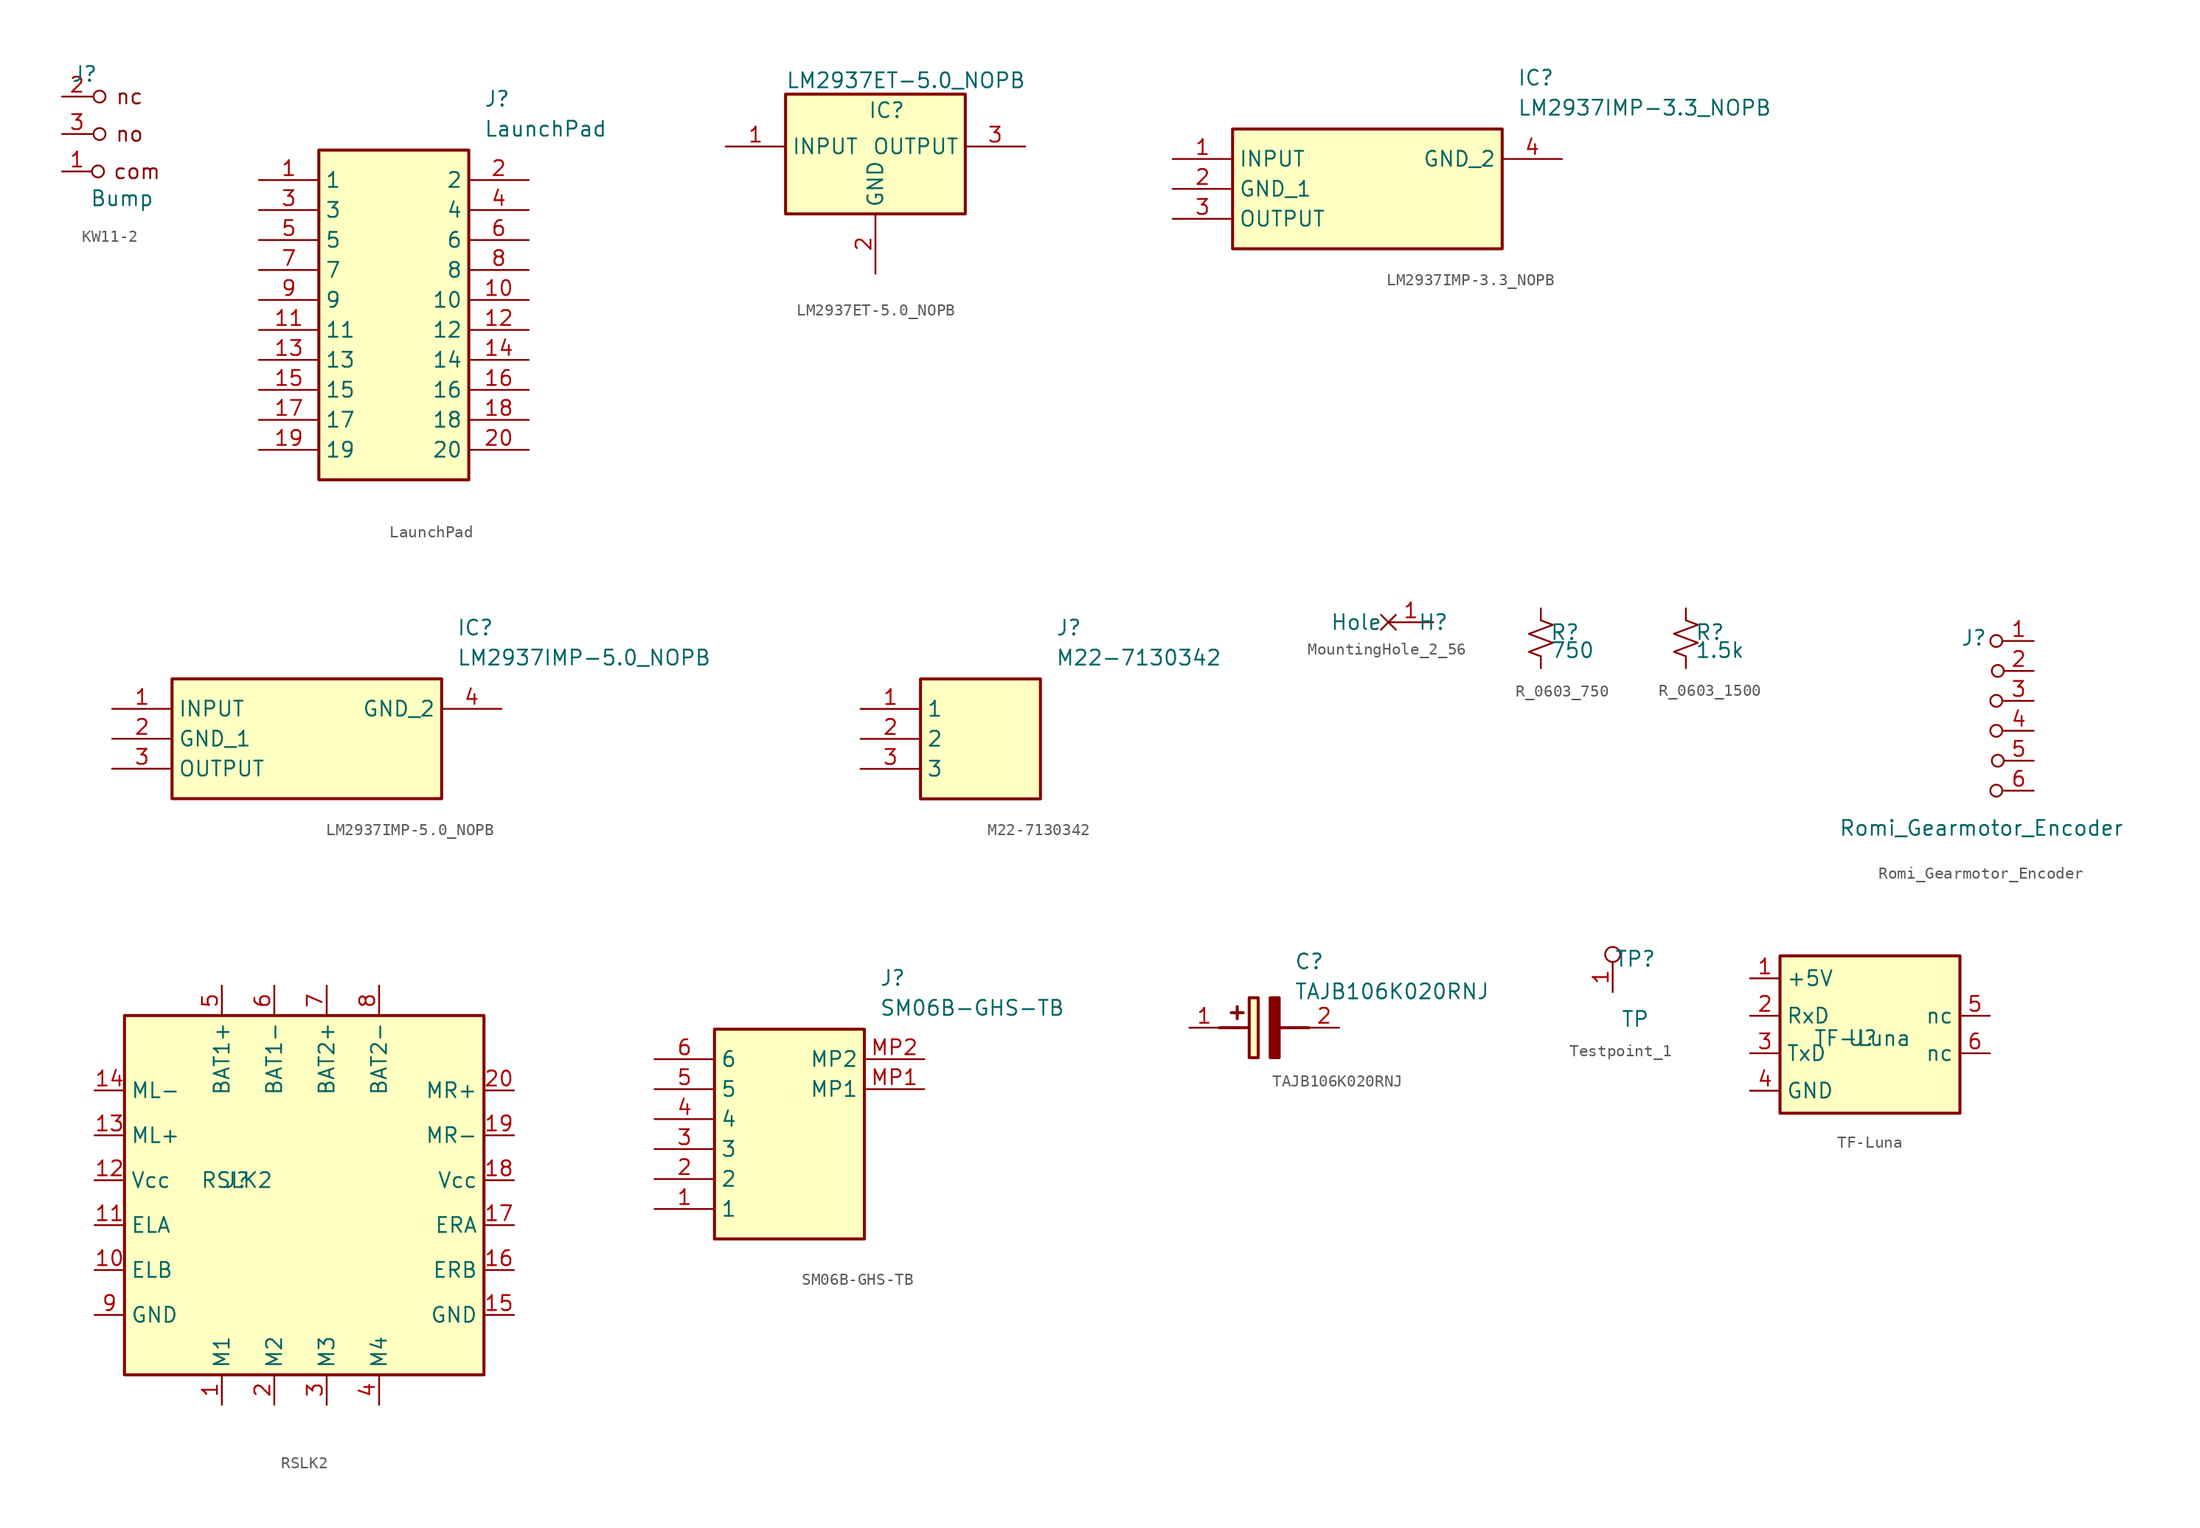
<source format=kicad_sym>
(kicad_symbol_lib
  (version 20220914)
  (generator kicad_symbol_editor)
  (symbol "KW11-2"
    (pin_names
      (offset 0) hide)
    (property "Reference" "J"
      (at -3.175 8.255 0)
      (effects (font (size 1.27 1.27))))
    (property "Value" "Bump"
      (at 0 -2.286 0)
      (effects (font (size 1.27 1.27))))
    (symbol "KW11-2_0_0"
      (circle (center -2.032 0) (radius 0.508) (stroke (width 0) (type default)) (fill (type none)))
      (circle (center -1.905 3.175) (radius 0.508) (stroke (width 0) (type default)) (fill (type none)))
      (circle (center -1.905 6.35) (radius 0.508) (stroke (width 0) (type default)) (fill (type none))))
    (symbol "KW11-2_1_1"
      (text "com" (at 1.27 0 0) (effects (font (size 1.27 1.27))))
      (text "nc" (at 0.635 6.35 0) (effects (font (size 1.27 1.27))))
      (text "no" (at 0.635 3.175 0) (effects (font (size 1.27 1.27))))
      (pin passive line (at -5.08 0 0) (length 2.54) (name "com" (effects (font (size 1.27 1.27)))) (number "1" (effects (font (size 1.27 1.27)))))
      (pin passive line (at -5.08 6.35 0) (length 2.54) (name "nc" (effects (font (size 1.27 1.27)))) (number "2" (effects (font (size 1.27 1.27)))))
      (pin passive line (at -5.08 3.175 0) (length 2.54) (name "no" (effects (font (size 1.27 1.27)))) (number "3" (effects (font (size 1.27 1.27)))))))
  (symbol "LaunchPad"
    (property "Reference" "J"
      (at 19.05 7.62 0)
      (effects (font (size 1.27 1.27)) (justify left top)))
    (property "Value" "LaunchPad"
      (at 19.05 5.08 0)
      (effects (font (size 1.27 1.27)) (justify left top)))
    (symbol "LaunchPad_1_1"
      (rectangle (start 5.08 2.54) (end 17.78 -25.4) (stroke (width 0.254) (type default)) (fill (type background)))
      (pin passive line (at 0 0 0) (length 5.08) (name "1" (effects (font (size 1.27 1.27)))) (number "1" (effects (font (size 1.27 1.27)))))
      (pin passive line (at 22.86 -10.16 180) (length 5.08) (name "10" (effects (font (size 1.27 1.27)))) (number "10" (effects (font (size 1.27 1.27)))))
      (pin passive line (at 0 -12.7 0) (length 5.08) (name "11" (effects (font (size 1.27 1.27)))) (number "11" (effects (font (size 1.27 1.27)))))
      (pin passive line (at 22.86 -12.7 180) (length 5.08) (name "12" (effects (font (size 1.27 1.27)))) (number "12" (effects (font (size 1.27 1.27)))))
      (pin passive line (at 0 -15.24 0) (length 5.08) (name "13" (effects (font (size 1.27 1.27)))) (number "13" (effects (font (size 1.27 1.27)))))
      (pin passive line (at 22.86 -15.24 180) (length 5.08) (name "14" (effects (font (size 1.27 1.27)))) (number "14" (effects (font (size 1.27 1.27)))))
      (pin passive line (at 0 -17.78 0) (length 5.08) (name "15" (effects (font (size 1.27 1.27)))) (number "15" (effects (font (size 1.27 1.27)))))
      (pin passive line (at 22.86 -17.78 180) (length 5.08) (name "16" (effects (font (size 1.27 1.27)))) (number "16" (effects (font (size 1.27 1.27)))))
      (pin passive line (at 0 -20.32 0) (length 5.08) (name "17" (effects (font (size 1.27 1.27)))) (number "17" (effects (font (size 1.27 1.27)))))
      (pin passive line (at 22.86 -20.32 180) (length 5.08) (name "18" (effects (font (size 1.27 1.27)))) (number "18" (effects (font (size 1.27 1.27)))))
      (pin passive line (at 0 -22.86 0) (length 5.08) (name "19" (effects (font (size 1.27 1.27)))) (number "19" (effects (font (size 1.27 1.27)))))
      (pin passive line (at 22.86 0 180) (length 5.08) (name "2" (effects (font (size 1.27 1.27)))) (number "2" (effects (font (size 1.27 1.27)))))
      (pin passive line (at 22.86 -22.86 180) (length 5.08) (name "20" (effects (font (size 1.27 1.27)))) (number "20" (effects (font (size 1.27 1.27)))))
      (pin passive line (at 0 -2.54 0) (length 5.08) (name "3" (effects (font (size 1.27 1.27)))) (number "3" (effects (font (size 1.27 1.27)))))
      (pin passive line (at 22.86 -2.54 180) (length 5.08) (name "4" (effects (font (size 1.27 1.27)))) (number "4" (effects (font (size 1.27 1.27)))))
      (pin passive line (at 0 -5.08 0) (length 5.08) (name "5" (effects (font (size 1.27 1.27)))) (number "5" (effects (font (size 1.27 1.27)))))
      (pin passive line (at 22.86 -5.08 180) (length 5.08) (name "6" (effects (font (size 1.27 1.27)))) (number "6" (effects (font (size 1.27 1.27)))))
      (pin passive line (at 0 -7.62 0) (length 5.08) (name "7" (effects (font (size 1.27 1.27)))) (number "7" (effects (font (size 1.27 1.27)))))
      (pin passive line (at 22.86 -7.62 180) (length 5.08) (name "8" (effects (font (size 1.27 1.27)))) (number "8" (effects (font (size 1.27 1.27)))))
      (pin passive line (at 0 -10.16 0) (length 5.08) (name "9" (effects (font (size 1.27 1.27)))) (number "9" (effects (font (size 1.27 1.27)))))))
  (symbol "LM2937ET-5.0_NOPB"
    (property "Reference" "IC"
      (at 12.065 1.905 0)
      (effects (font (size 1.27 1.27)) (justify left top)))
    (property "Value" "LM2937ET-5.0_NOPB"
      (at 5.08 4.445 0)
      (effects (font (size 1.27 1.27)) (justify left top)))
    (symbol "LM2937ET-5.0_NOPB_1_1"
      (rectangle (start 5.08 2.54) (end 20.32 -7.62) (stroke (width 0.254) (type default)) (fill (type background)))
      (pin power_in line (at 0 -1.905 0) (length 5.08) (name "INPUT" (effects (font (size 1.27 1.27)))) (number "1" (effects (font (size 1.27 1.27)))))
      (pin passive line (at 12.7 -12.7 90) (length 5.08) (name "GND" (effects (font (size 1.27 1.27)))) (number "2" (effects (font (size 1.27 1.27)))))
      (pin power_out line (at 25.4 -1.905 180) (length 5.08) (name "OUTPUT" (effects (font (size 1.27 1.27)))) (number "3" (effects (font (size 1.27 1.27)))))))
  (symbol "LM2937IMP-3.3_NOPB"
    (property "Reference" "IC"
      (at 29.21 7.62 0)
      (effects (font (size 1.27 1.27)) (justify left top)))
    (property "Value" "LM2937IMP-3.3_NOPB"
      (at 29.21 5.08 0)
      (effects (font (size 1.27 1.27)) (justify left top)))
    (symbol "LM2937IMP-3.3_NOPB_1_1"
      (rectangle (start 5.08 2.54) (end 27.94 -7.62) (stroke (width 0.254) (type default)) (fill (type background)))
      (pin passive line (at 0 0 0) (length 5.08) (name "INPUT" (effects (font (size 1.27 1.27)))) (number "1" (effects (font (size 1.27 1.27)))))
      (pin passive line (at 0 -2.54 0) (length 5.08) (name "GND_1" (effects (font (size 1.27 1.27)))) (number "2" (effects (font (size 1.27 1.27)))))
      (pin passive line (at 0 -5.08 0) (length 5.08) (name "OUTPUT" (effects (font (size 1.27 1.27)))) (number "3" (effects (font (size 1.27 1.27)))))
      (pin passive line (at 33.02 0 180) (length 5.08) (name "GND_2" (effects (font (size 1.27 1.27)))) (number "4" (effects (font (size 1.27 1.27)))))))
  (symbol "LM2937IMP-5.0_NOPB"
    (property "Reference" "IC"
      (at 29.21 7.62 0)
      (effects (font (size 1.27 1.27)) (justify left top)))
    (property "Value" "LM2937IMP-5.0_NOPB"
      (at 29.21 5.08 0)
      (effects (font (size 1.27 1.27)) (justify left top)))
    (symbol "LM2937IMP-5.0_NOPB_1_1"
      (rectangle (start 5.08 2.54) (end 27.94 -7.62) (stroke (width 0.254) (type default)) (fill (type background)))
      (pin passive line (at 0 0 0) (length 5.08) (name "INPUT" (effects (font (size 1.27 1.27)))) (number "1" (effects (font (size 1.27 1.27)))))
      (pin passive line (at 0 -2.54 0) (length 5.08) (name "GND_1" (effects (font (size 1.27 1.27)))) (number "2" (effects (font (size 1.27 1.27)))))
      (pin passive line (at 0 -5.08 0) (length 5.08) (name "OUTPUT" (effects (font (size 1.27 1.27)))) (number "3" (effects (font (size 1.27 1.27)))))
      (pin passive line (at 33.02 0 180) (length 5.08) (name "GND_2" (effects (font (size 1.27 1.27)))) (number "4" (effects (font (size 1.27 1.27)))))))
  (symbol "M22-7130342"
    (property "Reference" "J"
      (at 16.51 7.62 0)
      (effects (font (size 1.27 1.27)) (justify left top)))
    (property "Value" "M22-7130342"
      (at 16.51 5.08 0)
      (effects (font (size 1.27 1.27)) (justify left top)))
    (symbol "M22-7130342_1_1"
      (rectangle (start 5.08 2.54) (end 15.24 -7.62) (stroke (width 0.254) (type default)) (fill (type background)))
      (pin passive line (at 0 0 0) (length 5.08) (name "1" (effects (font (size 1.27 1.27)))) (number "1" (effects (font (size 1.27 1.27)))))
      (pin passive line (at 0 -2.54 0) (length 5.08) (name "2" (effects (font (size 1.27 1.27)))) (number "2" (effects (font (size 1.27 1.27)))))
      (pin passive line (at 0 -5.08 0) (length 5.08) (name "3" (effects (font (size 1.27 1.27)))) (number "3" (effects (font (size 1.27 1.27)))))))
  (symbol "MountingHole_2_56"
    (property "Reference" "H"
      (at 0 0 0)
      (effects (font (size 1.27 1.27))))
    (property "Value" ""
      (at 0 0 0)
      (effects (font (size 1.27 1.27))))
    (symbol "MountingHole_2_56_1_1"
      (pin power_in non_logic (at 0 0 180) (length 3.81) (name "Hole" (effects (font (size 1.27 1.27)))) (number "1" (effects (font (size 1.27 1.27)))))))
  (symbol "R_0603_750"
    (pin_numbers hide)
    (pin_names
      (offset 0.254) hide)
    (property "Reference" "R"
      (at 0.762 0.508 0)
      (effects (font (size 1.27 1.27)) (justify left)))
    (property "Value" "750"
      (at 0.762 -1.016 0)
      (effects (font (size 1.27 1.27)) (justify left)))
    (symbol "R_0603_750_1_1"
      (polyline (pts (xy 0 0) (xy 1.016 -0.381) (xy 0 -0.762) (xy -1.016 -1.143) (xy 0 -1.524)) (stroke (width 0) (type default)) (fill (type none)))
      (polyline (pts (xy 0 1.524) (xy 1.016 1.143) (xy 0 0.762) (xy -1.016 0.381) (xy 0 0)) (stroke (width 0) (type default)) (fill (type none)))
      (pin passive line (at 0 2.54 270) (length 1.016) (name "~" (effects (font (size 1.27 1.27)))) (number "1" (effects (font (size 1.27 1.27)))))
      (pin passive line (at 0 -2.54 90) (length 1.016) (name "~" (effects (font (size 1.27 1.27)))) (number "2" (effects (font (size 1.27 1.27)))))))
  (symbol "R_0603_1500"
    (pin_numbers hide)
    (pin_names
      (offset 0.254) hide)
    (property "Reference" "R"
      (at 0.762 0.508 0)
      (effects (font (size 1.27 1.27)) (justify left)))
    (property "Value" "1.5k"
      (at 0.762 -1.016 0)
      (effects (font (size 1.27 1.27)) (justify left)))
    (symbol "R_0603_1500_1_1"
      (polyline (pts (xy 0 0) (xy 1.016 -0.381) (xy 0 -0.762) (xy -1.016 -1.143) (xy 0 -1.524)) (stroke (width 0) (type default)) (fill (type none)))
      (polyline (pts (xy 0 1.524) (xy 1.016 1.143) (xy 0 0.762) (xy -1.016 0.381) (xy 0 0)) (stroke (width 0) (type default)) (fill (type none)))
      (pin passive line (at 0 2.54 270) (length 1.016) (name "~" (effects (font (size 1.27 1.27)))) (number "1" (effects (font (size 1.27 1.27)))))
      (pin passive line (at 0 -2.54 90) (length 1.016) (name "~" (effects (font (size 1.27 1.27)))) (number "2" (effects (font (size 1.27 1.27)))))))
  (symbol "Romi_Gearmotor_Encoder"
    (pin_names
      (offset 0) hide)
    (property "Reference" "J"
      (at 0 2.794 0)
      (effects (font (size 1.27 1.27))))
    (property "Value" "Romi_Gearmotor_Encoder"
      (at 0.635 -13.335 0)
      (effects (font (size 1.27 1.27))))
    (symbol "Romi_Gearmotor_Encoder_0_0"
      (circle (center 1.905 -5.08) (radius 0.508) (stroke (width 0) (type default)) (fill (type none)))
      (circle (center 1.905 2.54) (radius 0.508) (stroke (width 0) (type default)) (fill (type none))))
    (symbol "Romi_Gearmotor_Encoder_1_0"
      (circle (center 1.905 -10.16) (radius 0.508) (stroke (width 0) (type default)) (fill (type none)))
      (circle (center 1.905 -2.54) (radius 0.508) (stroke (width 0) (type default)) (fill (type none)))
      (circle (center 2.032 -7.62) (radius 0.508) (stroke (width 0) (type default)) (fill (type none)))
      (circle (center 2.032 0) (radius 0.508) (stroke (width 0) (type default)) (fill (type none))))
    (symbol "Romi_Gearmotor_Encoder_1_1"
      (pin passive line (at 5.08 2.54 180) (length 2.54) (name "M1" (effects (font (size 1.27 1.27)))) (number "1" (effects (font (size 1.27 1.27)))))
      (pin passive line (at 5.08 0 180) (length 2.54) (name "M2" (effects (font (size 1.27 1.27)))) (number "2" (effects (font (size 1.27 1.27)))))
      (pin passive line (at 5.08 -2.54 180) (length 2.54) (name "Vcc" (effects (font (size 1.27 1.27)))) (number "3" (effects (font (size 1.27 1.27)))))
      (pin passive line (at 5.08 -5.08 180) (length 2.54) (name "A" (effects (font (size 1.27 1.27)))) (number "4" (effects (font (size 1.27 1.27)))))
      (pin passive line (at 5.08 -7.62 180) (length 2.54) (name "B" (effects (font (size 1.27 1.27)))) (number "5" (effects (font (size 1.27 1.27)))))
      (pin passive line (at 5.08 -10.16 180) (length 2.54) (name "GND" (effects (font (size 1.27 1.27)))) (number "6" (effects (font (size 1.27 1.27)))))))
  (symbol "RSLK2"
    (property "Reference" "J"
      (at 0 0 0)
      (effects (font (size 1.27 1.27))))
    (property "Value" "RSLK2"
      (at 0 0 0)
      (effects (font (size 1.27 1.27))))
    (symbol "RSLK2_0_0"
      (rectangle (start -9.525 13.97) (end 20.955 -16.51) (stroke (width 0.254) (type default)) (fill (type background))))
    (symbol "RSLK2_1_1"
      (pin passive line (at -1.27 -19.05 90) (length 2.54) (name "M1" (effects (font (size 1.27 1.27)))) (number "1" (effects (font (size 1.27 1.27)))))
      (pin passive line (at -12.065 -7.62 0) (length 2.54) (name "ELB" (effects (font (size 1.27 1.27)))) (number "10" (effects (font (size 1.27 1.27)))))
      (pin passive line (at -12.065 -3.81 0) (length 2.54) (name "ELA" (effects (font (size 1.27 1.27)))) (number "11" (effects (font (size 1.27 1.27)))))
      (pin passive line (at -12.065 0 0) (length 2.54) (name "Vcc" (effects (font (size 1.27 1.27)))) (number "12" (effects (font (size 1.27 1.27)))))
      (pin passive line (at -12.065 3.81 0) (length 2.54) (name "ML+" (effects (font (size 1.27 1.27)))) (number "13" (effects (font (size 1.27 1.27)))))
      (pin passive line (at -12.065 7.62 0) (length 2.54) (name "ML-" (effects (font (size 1.27 1.27)))) (number "14" (effects (font (size 1.27 1.27)))))
      (pin passive line (at 23.495 -11.43 180) (length 2.54) (name "GND" (effects (font (size 1.27 1.27)))) (number "15" (effects (font (size 1.27 1.27)))))
      (pin passive line (at 23.495 -7.62 180) (length 2.54) (name "ERB" (effects (font (size 1.27 1.27)))) (number "16" (effects (font (size 1.27 1.27)))))
      (pin passive line (at 23.495 -3.81 180) (length 2.54) (name "ERA" (effects (font (size 1.27 1.27)))) (number "17" (effects (font (size 1.27 1.27)))))
      (pin passive line (at 23.495 0 180) (length 2.54) (name "Vcc" (effects (font (size 1.27 1.27)))) (number "18" (effects (font (size 1.27 1.27)))))
      (pin passive line (at 23.495 3.81 180) (length 2.54) (name "MR-" (effects (font (size 1.27 1.27)))) (number "19" (effects (font (size 1.27 1.27)))))
      (pin passive line (at 3.175 -19.05 90) (length 2.54) (name "M2" (effects (font (size 1.27 1.27)))) (number "2" (effects (font (size 1.27 1.27)))))
      (pin passive line (at 23.495 7.62 180) (length 2.54) (name "MR+" (effects (font (size 1.27 1.27)))) (number "20" (effects (font (size 1.27 1.27)))))
      (pin passive line (at 7.62 -19.05 90) (length 2.54) (name "M3" (effects (font (size 1.27 1.27)))) (number "3" (effects (font (size 1.27 1.27)))))
      (pin passive line (at 12.065 -19.05 90) (length 2.54) (name "M4" (effects (font (size 1.27 1.27)))) (number "4" (effects (font (size 1.27 1.27)))))
      (pin passive line (at -1.27 16.51 270) (length 2.54) (name "BAT1+" (effects (font (size 1.27 1.27)))) (number "5" (effects (font (size 1.27 1.27)))))
      (pin passive line (at 3.175 16.51 270) (length 2.54) (name "BAT1-" (effects (font (size 1.27 1.27)))) (number "6" (effects (font (size 1.27 1.27)))))
      (pin passive line (at 7.62 16.51 270) (length 2.54) (name "BAT2+" (effects (font (size 1.27 1.27)))) (number "7" (effects (font (size 1.27 1.27)))))
      (pin passive line (at 12.065 16.51 270) (length 2.54) (name "BAT2-" (effects (font (size 1.27 1.27)))) (number "8" (effects (font (size 1.27 1.27)))))
      (pin passive line (at -12.065 -11.43 0) (length 2.54) (name "GND" (effects (font (size 1.27 1.27)))) (number "9" (effects (font (size 1.27 1.27)))))))
  (symbol "SM06B-GHS-TB"
    (property "Reference" "J"
      (at 19.05 7.62 0)
      (effects (font (size 1.27 1.27)) (justify left top)))
    (property "Value" "SM06B-GHS-TB"
      (at 19.05 5.08 0)
      (effects (font (size 1.27 1.27)) (justify left top)))
    (symbol "SM06B-GHS-TB_1_1"
      (rectangle (start 5.08 2.54) (end 17.78 -15.24) (stroke (width 0.254) (type default)) (fill (type background)))
      (pin passive line (at 0 -12.7 0) (length 5.08) (name "1" (effects (font (size 1.27 1.27)))) (number "1" (effects (font (size 1.27 1.27)))))
      (pin passive line (at 0 -10.16 0) (length 5.08) (name "2" (effects (font (size 1.27 1.27)))) (number "2" (effects (font (size 1.27 1.27)))))
      (pin passive line (at 0 -7.62 0) (length 5.08) (name "3" (effects (font (size 1.27 1.27)))) (number "3" (effects (font (size 1.27 1.27)))))
      (pin passive line (at 0 -5.08 0) (length 5.08) (name "4" (effects (font (size 1.27 1.27)))) (number "4" (effects (font (size 1.27 1.27)))))
      (pin passive line (at 0 -2.54 0) (length 5.08) (name "5" (effects (font (size 1.27 1.27)))) (number "5" (effects (font (size 1.27 1.27)))))
      (pin passive line (at 0 0 0) (length 5.08) (name "6" (effects (font (size 1.27 1.27)))) (number "6" (effects (font (size 1.27 1.27)))))
      (pin passive line (at 22.86 -2.54 180) (length 5.08) (name "MP1" (effects (font (size 1.27 1.27)))) (number "MP1" (effects (font (size 1.27 1.27)))))
      (pin passive line (at 22.86 0 180) (length 5.08) (name "MP2" (effects (font (size 1.27 1.27)))) (number "MP2" (effects (font (size 1.27 1.27)))))))
  (symbol "TAJB106K020RNJ"
    (pin_names hide)
    (property "Reference" "C"
      (at 8.89 6.35 0)
      (effects (font (size 1.27 1.27)) (justify left top)))
    (property "Value" "TAJB106K020RNJ"
      (at 8.89 3.81 0)
      (effects (font (size 1.27 1.27)) (justify left top)))
    (symbol "TAJB106K020RNJ_1_1"
      (polyline (pts (xy 2.54 0) (xy 5.08 0)) (stroke (width 0.254) (type default)) (fill (type none)))
      (polyline (pts (xy 4.064 1.778) (xy 4.064 0.762)) (stroke (width 0.254) (type default)) (fill (type none)))
      (polyline (pts (xy 4.572 1.27) (xy 3.556 1.27)) (stroke (width 0.254) (type default)) (fill (type none)))
      (polyline (pts (xy 7.62 0) (xy 10.16 0)) (stroke (width 0.254) (type default)) (fill (type none)))
      (polyline (pts (xy 7.62 2.54) (xy 7.62 -2.54) (xy 6.858 -2.54) (xy 6.858 2.54) (xy 7.62 2.54)) (stroke (width 0.254) (type default)) (fill (type outline)))
      (rectangle (start 5.08 2.54) (end 5.842 -2.54) (stroke (width 0.254) (type default)) (fill (type background)))
      (pin passive line (at 0 0 0) (length 2.54) (name "+" (effects (font (size 1.27 1.27)))) (number "1" (effects (font (size 1.27 1.27)))))
      (pin passive line (at 12.7 0 180) (length 2.54) (name "-" (effects (font (size 1.27 1.27)))) (number "2" (effects (font (size 1.27 1.27)))))))
  (symbol "Testpoint_1"
    (pin_names
      (offset 0) hide)
    (property "Reference" "TP"
      (at 0 2.794 0)
      (effects (font (size 1.27 1.27))))
    (property "Value" "TP"
      (at 0 -2.286 0)
      (effects (font (size 1.27 1.27))))
    (symbol "Testpoint_1_0_1"
      (circle (center -1.905 3.175) (radius 0.635) (stroke (width 0) (type default)) (fill (type none))))
    (symbol "Testpoint_1_1_1"
      (pin passive line (at -1.905 0 90) (length 2.54) (name "A" (effects (font (size 1.27 1.27)))) (number "1" (effects (font (size 1.27 1.27)))))))
  (symbol "TF-Luna"
    (property "Reference" "U"
      (at 0 0 0)
      (effects (font (size 1.27 1.27))))
    (property "Value" "TF-Luna"
      (at 0 0 0)
      (effects (font (size 1.27 1.27))))
    (symbol "TF-Luna_1_1"
      (rectangle (start -6.985 6.985) (end 8.255 -6.35) (stroke (width 0.254) (type default)) (fill (type background)))
      (pin passive line (at -9.525 5.08 0) (length 2.54) (name "+5V" (effects (font (size 1.27 1.27)))) (number "1" (effects (font (size 1.27 1.27)))))
      (pin passive line (at -9.525 1.905 0) (length 2.54) (name "RxD" (effects (font (size 1.27 1.27)))) (number "2" (effects (font (size 1.27 1.27)))))
      (pin passive line (at -9.525 -1.27 0) (length 2.54) (name "TxD" (effects (font (size 1.27 1.27)))) (number "3" (effects (font (size 1.27 1.27)))))
      (pin passive line (at -9.525 -4.445 0) (length 2.54) (name "GND" (effects (font (size 1.27 1.27)))) (number "4" (effects (font (size 1.27 1.27)))))
      (pin passive line (at 10.795 1.905 180) (length 2.54) (name "nc" (effects (font (size 1.27 1.27)))) (number "5" (effects (font (size 1.27 1.27)))))
      (pin passive line (at 10.795 -1.27 180) (length 2.54) (name "nc" (effects (font (size 1.27 1.27)))) (number "6" (effects (font (size 1.27 1.27))))))))
</source>
